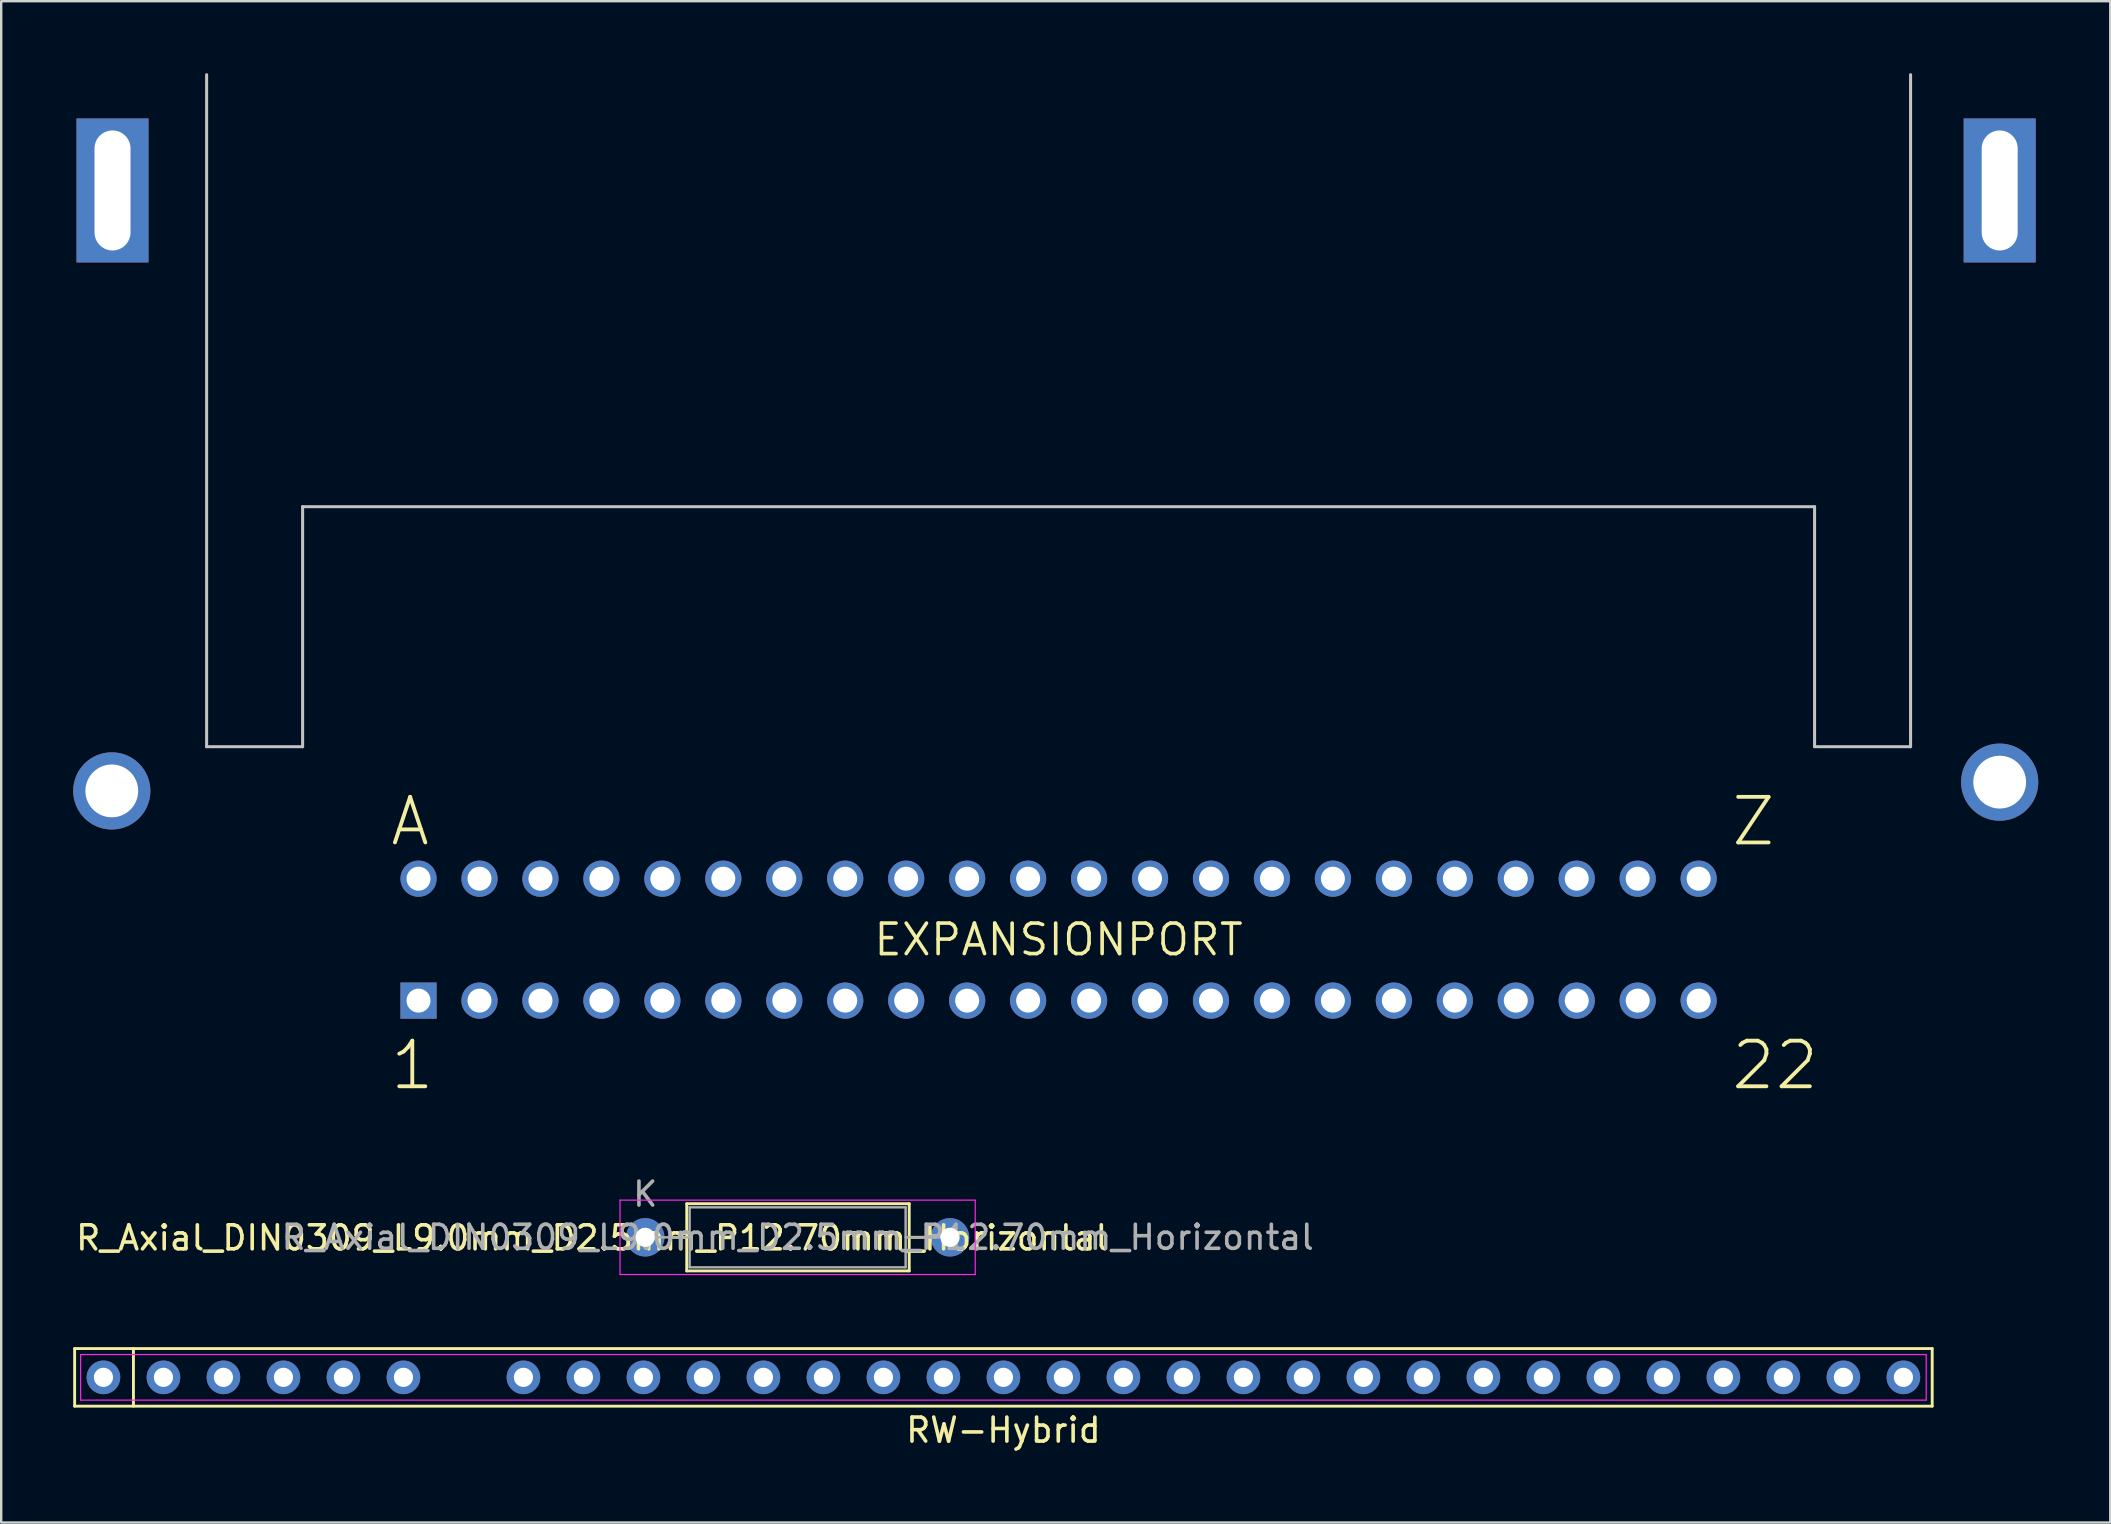
<source format=kicad_pcb>
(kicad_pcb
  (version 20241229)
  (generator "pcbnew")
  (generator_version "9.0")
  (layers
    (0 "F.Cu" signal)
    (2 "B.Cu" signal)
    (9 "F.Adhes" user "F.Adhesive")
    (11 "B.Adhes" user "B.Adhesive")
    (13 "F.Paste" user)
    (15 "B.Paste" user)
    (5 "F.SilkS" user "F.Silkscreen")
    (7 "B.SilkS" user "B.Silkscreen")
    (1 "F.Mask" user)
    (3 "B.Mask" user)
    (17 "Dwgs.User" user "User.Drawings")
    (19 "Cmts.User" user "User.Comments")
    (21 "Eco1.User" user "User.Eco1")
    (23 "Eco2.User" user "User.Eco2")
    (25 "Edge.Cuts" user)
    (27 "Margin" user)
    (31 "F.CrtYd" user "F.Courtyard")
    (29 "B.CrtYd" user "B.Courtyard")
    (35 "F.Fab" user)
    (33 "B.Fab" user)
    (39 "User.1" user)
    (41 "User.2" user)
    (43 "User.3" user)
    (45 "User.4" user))
  (footprint "R_Axial_DIN0309_L9.0mm_D2.5mm_P12.70mm_Horizontal"
    (layer "F.Cu")
    (at 23.835 48.506)
    (property "Reference" "R_Axial_DIN0309_L9.0mm_D2.5mm_P12.70mm_Horizontal" (at -2.21 0.025 180) (layer "F.SilkS") (effects (font (size 1 1) (thickness 0.15))))
    (attr through_hole)
    (fp_line (start 1.04 0) (end 1.73 0) (stroke (width 0.12) (type solid)) (layer "F.SilkS"))
    (fp_line (start 1.73 -1.4) (end 1.73 1.4) (stroke (width 0.12) (type solid)) (layer "F.SilkS"))
    (fp_line (start 1.73 1.4) (end 11 1.4) (stroke (width 0.12) (type solid)) (layer "F.SilkS"))
    (fp_line (start 11 -1.4) (end 1.73 -1.4) (stroke (width 0.12) (type solid)) (layer "F.SilkS"))
    (fp_line (start 11 1.4) (end 11 -1.4) (stroke (width 0.12) (type solid)) (layer "F.SilkS"))
    (fp_line (start 11.66 0) (end 10.97 0) (stroke (width 0.12) (type solid)) (layer "F.SilkS"))
    (fp_line (start -1.05 -1.55) (end -1.05 1.55) (stroke (width 0.05) (type solid)) (layer "F.CrtYd"))
    (fp_line (start -1.05 1.55) (end 13.75 1.55) (stroke (width 0.05) (type solid)) (layer "F.CrtYd"))
    (fp_line (start 13.75 -1.55) (end -1.05 -1.55) (stroke (width 0.05) (type solid)) (layer "F.CrtYd"))
    (fp_line (start 13.75 1.55) (end 13.75 -1.55) (stroke (width 0.05) (type solid)) (layer "F.CrtYd"))
    (fp_line (start 0 0) (end 1.85 0) (stroke (width 0.1) (type solid)) (layer "F.Fab"))
    (fp_line (start 1.85 -1.25) (end 1.85 1.25) (stroke (width 0.1) (type solid)) (layer "F.Fab"))
    (fp_line (start 1.85 1.25) (end 10.85 1.25) (stroke (width 0.1) (type solid)) (layer "F.Fab"))
    (fp_line (start 10.85 -1.25) (end 1.85 -1.25) (stroke (width 0.1) (type solid)) (layer "F.Fab"))
    (fp_line (start 10.85 1.25) (end 10.85 -1.25) (stroke (width 0.1) (type solid)) (layer "F.Fab"))
    (fp_line (start 12.7 0) (end 10.85 0) (stroke (width 0.1) (type solid)) (layer "F.Fab"))
    (fp_text user "${REFERENCE}" (at 6.35 0 180) (layer "F.Fab") (effects (font (size 1 1) (thickness 0.15))))
    (fp_text user "K" (at 0 -1.8 180) (layer "F.Fab") (effects (font (size 1 1) (thickness 0.15))))
    (pad "1" thru_hole circle (at 0 0) (size 1.6 1.6) (drill 0.8) (layers "*.Cu" "*.Mask"))
    (pad "2" thru_hole oval (at 12.7 0) (size 1.6 1.6) (drill 0.8) (layers "*.Cu" "*.Mask")))
  (footprint "EXPANSIONPORT"
    (layer "F.Cu")
    (at 41.059 36.103)
    (property "Reference" "EXPANSIONPORT" (at 0 0 0) (layer "F.SilkS") (effects (font (size 1.27 1.27) (thickness 0.15))))
    (attr through_hole)
    (fp_line (start -35.5 -36.04) (end -35.5 -8.04) (stroke (width 0.127) (type solid)) (layer "Dwgs.User"))
    (fp_line (start -35.5 -8.04) (end -31.5 -8.04) (stroke (width 0.127) (type solid)) (layer "Dwgs.User"))
    (fp_line (start -31.5 -8.04) (end -31.5 -18.04) (stroke (width 0.127) (type solid)) (layer "Dwgs.User"))
    (fp_line (start 31.5 -18.04) (end -31.5 -18.04) (stroke (width 0.127) (type solid)) (layer "Dwgs.User"))
    (fp_line (start 31.5 -8.04) (end 31.5 -18.04) (stroke (width 0.127) (type solid)) (layer "Dwgs.User"))
    (fp_line (start 31.5 -8.04) (end 35.5 -8.04) (stroke (width 0.127) (type solid)) (layer "Dwgs.User"))
    (fp_line (start 35.5 -36.04) (end 35.5 -8.04) (stroke (width 0.127) (type solid)) (layer "Dwgs.User"))
    (fp_text user "22" (at 27.94 6.35 0) (layer "F.SilkS") (effects (font (size 1.9 1.9) (thickness 0.16)) (justify left bottom)))
    (fp_text user "1" (at -27.94 6.35 0) (layer "F.SilkS") (effects (font (size 1.9 1.9) (thickness 0.16)) (justify left bottom)))
    (fp_text user "A" (at -27.94 -3.81 0) (layer "F.SilkS") (effects (font (size 1.9 1.9) (thickness 0.16)) (justify left bottom)))
    (fp_text user "Z" (at 27.94 -3.81 0) (layer "F.SilkS") (effects (font (size 1.9 1.9) (thickness 0.16)) (justify left bottom)))
    (pad "1" thru_hole rect (at -26.67 2.54) (size 1.508 1.508) (drill 1) (layers "*.Cu" "*.Mask"))
    (pad "2" thru_hole circle (at -24.13 2.54) (size 1.508 1.508) (drill 1) (layers "*.Cu" "*.Mask"))
    (pad "3" thru_hole circle (at -21.59 2.54) (size 1.508 1.508) (drill 1) (layers "*.Cu" "*.Mask"))
    (pad "4" thru_hole circle (at -19.05 2.54) (size 1.508 1.508) (drill 1) (layers "*.Cu" "*.Mask"))
    (pad "5" thru_hole circle (at -16.51 2.54) (size 1.508 1.508) (drill 1) (layers "*.Cu" "*.Mask"))
    (pad "6" thru_hole circle (at -13.97 2.54) (size 1.508 1.508) (drill 1) (layers "*.Cu" "*.Mask"))
    (pad "7" thru_hole circle (at -11.43 2.54) (size 1.508 1.508) (drill 1) (layers "*.Cu" "*.Mask"))
    (pad "8" thru_hole circle (at -8.89 2.54) (size 1.508 1.508) (drill 1) (layers "*.Cu" "*.Mask"))
    (pad "9" thru_hole circle (at -6.35 2.54) (size 1.508 1.508) (drill 1) (layers "*.Cu" "*.Mask"))
    (pad "10" thru_hole circle (at -3.81 2.54) (size 1.508 1.508) (drill 1) (layers "*.Cu" "*.Mask"))
    (pad "11" thru_hole circle (at -1.27 2.54) (size 1.508 1.508) (drill 1) (layers "*.Cu" "*.Mask"))
    (pad "12" thru_hole circle (at 1.27 2.54) (size 1.508 1.508) (drill 1) (layers "*.Cu" "*.Mask"))
    (pad "13" thru_hole circle (at 3.81 2.54) (size 1.508 1.508) (drill 1) (layers "*.Cu" "*.Mask"))
    (pad "14" thru_hole circle (at 6.35 2.54) (size 1.508 1.508) (drill 1) (layers "*.Cu" "*.Mask"))
    (pad "15" thru_hole circle (at 8.89 2.54) (size 1.508 1.508) (drill 1) (layers "*.Cu" "*.Mask"))
    (pad "16" thru_hole circle (at 11.43 2.54) (size 1.508 1.508) (drill 1) (layers "*.Cu" "*.Mask"))
    (pad "17" thru_hole circle (at 13.97 2.54) (size 1.508 1.508) (drill 1) (layers "*.Cu" "*.Mask"))
    (pad "18" thru_hole circle (at 16.51 2.54) (size 1.508 1.508) (drill 1) (layers "*.Cu" "*.Mask"))
    (pad "19" thru_hole circle (at 19.05 2.54) (size 1.508 1.508) (drill 1) (layers "*.Cu" "*.Mask"))
    (pad "20" thru_hole circle (at 21.59 2.54) (size 1.508 1.508) (drill 1) (layers "*.Cu" "*.Mask"))
    (pad "21" thru_hole circle (at 24.13 2.54) (size 1.508 1.508) (drill 1) (layers "*.Cu" "*.Mask"))
    (pad "22" thru_hole circle (at 26.67 2.54) (size 1.508 1.508) (drill 1) (layers "*.Cu" "*.Mask"))
    (pad "A" thru_hole circle (at -26.67 -2.54) (size 1.508 1.508) (drill 1) (layers "*.Cu" "*.Mask"))
    (pad "B" thru_hole circle (at -24.13 -2.54) (size 1.508 1.508) (drill 1) (layers "*.Cu" "*.Mask"))
    (pad "C" thru_hole circle (at -21.59 -2.54) (size 1.508 1.508) (drill 1) (layers "*.Cu" "*.Mask"))
    (pad "D" thru_hole circle (at -19.05 -2.54) (size 1.508 1.508) (drill 1) (layers "*.Cu" "*.Mask"))
    (pad "E" thru_hole circle (at -16.51 -2.54) (size 1.508 1.508) (drill 1) (layers "*.Cu" "*.Mask"))
    (pad "F" thru_hole circle (at -13.97 -2.54) (size 1.508 1.508) (drill 1) (layers "*.Cu" "*.Mask"))
    (pad "H" thru_hole circle (at -11.43 -2.54) (size 1.508 1.508) (drill 1) (layers "*.Cu" "*.Mask"))
    (pad "J" thru_hole circle (at -8.89 -2.54) (size 1.508 1.508) (drill 1) (layers "*.Cu" "*.Mask"))
    (pad "K" thru_hole circle (at -6.35 -2.54) (size 1.508 1.508) (drill 1) (layers "*.Cu" "*.Mask"))
    (pad "L" thru_hole circle (at -3.81 -2.54) (size 1.508 1.508) (drill 1) (layers "*.Cu" "*.Mask"))
    (pad "M" thru_hole circle (at -1.27 -2.54) (size 1.508 1.508) (drill 1) (layers "*.Cu" "*.Mask"))
    (pad "N" thru_hole circle (at 1.27 -2.54) (size 1.508 1.508) (drill 1) (layers "*.Cu" "*.Mask"))
    (pad "P" thru_hole circle (at 3.81 -2.54) (size 1.508 1.508) (drill 1) (layers "*.Cu" "*.Mask"))
    (pad "R" thru_hole circle (at 6.35 -2.54) (size 1.508 1.508) (drill 1) (layers "*.Cu" "*.Mask"))
    (pad "S" thru_hole circle (at 8.89 -2.54) (size 1.508 1.508) (drill 1) (layers "*.Cu" "*.Mask"))
    (pad "SH" thru_hole circle (at -39.451 -6.198) (size 3.216 3.216) (drill 2.2) (layers "*.Cu" "*.Mask"))
    (pad "SH" thru_hole rect (at -39.421 -31.217) (size 3 6) (drill oval 1.5 5) (layers "*.Cu" "*.Mask"))
    (pad "SH" thru_hole rect (at 39.213 -31.217) (size 3 6) (drill oval 1.5 5) (layers "*.Cu" "*.Mask"))
    (pad "SH" thru_hole circle (at 39.213 -6.563) (size 3.216 3.216) (drill 2.2) (layers "*.Cu" "*.Mask"))
    (pad "T" thru_hole circle (at 11.43 -2.54) (size 1.508 1.508) (drill 1) (layers "*.Cu" "*.Mask"))
    (pad "U" thru_hole circle (at 13.97 -2.54) (size 1.508 1.508) (drill 1) (layers "*.Cu" "*.Mask"))
    (pad "V" thru_hole circle (at 16.51 -2.54) (size 1.508 1.508) (drill 1) (layers "*.Cu" "*.Mask"))
    (pad "W" thru_hole circle (at 19.05 -2.54) (size 1.508 1.508) (drill 1) (layers "*.Cu" "*.Mask"))
    (pad "X" thru_hole circle (at 21.59 -2.54) (size 1.508 1.508) (drill 1) (layers "*.Cu" "*.Mask"))
    (pad "Y" thru_hole circle (at 24.13 -2.54) (size 1.508 1.508) (drill 1) (layers "*.Cu" "*.Mask"))
    (pad "Z" thru_hole circle (at 26.67 -2.54) (size 1.508 1.508) (drill 1) (layers "*.Cu" "*.Mask")))
  (footprint "RW-Hybrid"
    (layer "F.Cu")
    (at 38.76 54.341)
    (property "Reference" "RW-Hybrid" (at 0 2.2 0) (layer "F.SilkS") (effects (font (size 1 1) (thickness 0.15))))
    (attr through_hole)
    (fp_line (start -38.7 -1.2) (end 38.7 -1.2) (stroke (width 0.12) (type default)) (layer "F.SilkS"))
    (fp_line (start -38.7 1.2) (end -38.7 -1.2) (stroke (width 0.12) (type default)) (layer "F.SilkS"))
    (fp_line (start -36.25 -1.2) (end -36.25 1.2) (stroke (width 0.12) (type default)) (layer "F.SilkS"))
    (fp_line (start 38.7 -1.2) (end 38.7 1.2) (stroke (width 0.12) (type default)) (layer "F.SilkS"))
    (fp_line (start 38.7 1.2) (end -38.7 1.2) (stroke (width 0.12) (type default)) (layer "F.SilkS"))
    (fp_line (start -38.45 -0.95) (end 38.45 -0.95) (stroke (width 0.05) (type default)) (layer "F.CrtYd"))
    (fp_line (start -38.45 0.95) (end -38.45 -0.95) (stroke (width 0.05) (type default)) (layer "F.CrtYd"))
    (fp_line (start 38.45 -0.95) (end 38.45 0.95) (stroke (width 0.05) (type default)) (layer "F.CrtYd"))
    (fp_line (start 38.45 0.95) (end -38.45 0.95) (stroke (width 0.05) (type default)) (layer "F.CrtYd"))
    (pad "1" thru_hole circle (at -37.5 0) (size 1.4 1.4) (drill 0.8) (layers "*.Cu" "*.Mask"))
    (pad "2" thru_hole circle (at -35 0) (size 1.4 1.4) (drill 0.8) (layers "*.Cu" "*.Mask"))
    (pad "3" thru_hole circle (at -32.5 0) (size 1.4 1.4) (drill 0.8) (layers "*.Cu" "*.Mask"))
    (pad "4" thru_hole circle (at -30 0) (size 1.4 1.4) (drill 0.8) (layers "*.Cu" "*.Mask"))
    (pad "5" thru_hole circle (at -27.5 0) (size 1.4 1.4) (drill 0.8) (layers "*.Cu" "*.Mask"))
    (pad "6" thru_hole circle (at -25 0) (size 1.4 1.4) (drill 0.8) (layers "*.Cu" "*.Mask"))
    (pad "7" thru_hole circle (at -20 0) (size 1.4 1.4) (drill 0.8) (layers "*.Cu" "*.Mask"))
    (pad "8" thru_hole circle (at -17.5 0) (size 1.4 1.4) (drill 0.8) (layers "*.Cu" "*.Mask"))
    (pad "9" thru_hole circle (at -15 0) (size 1.4 1.4) (drill 0.8) (layers "*.Cu" "*.Mask"))
    (pad "10" thru_hole circle (at -12.5 0) (size 1.4 1.4) (drill 0.8) (layers "*.Cu" "*.Mask"))
    (pad "11" thru_hole circle (at -10 0) (size 1.4 1.4) (drill 0.8) (layers "*.Cu" "*.Mask"))
    (pad "12" thru_hole circle (at -7.5 0) (size 1.4 1.4) (drill 0.8) (layers "*.Cu" "*.Mask"))
    (pad "13" thru_hole circle (at -5 0) (size 1.4 1.4) (drill 0.8) (layers "*.Cu" "*.Mask"))
    (pad "14" thru_hole circle (at -2.5 0) (size 1.4 1.4) (drill 0.8) (layers "*.Cu" "*.Mask"))
    (pad "15" thru_hole circle (at 0 0) (size 1.4 1.4) (drill 0.8) (layers "*.Cu" "*.Mask"))
    (pad "16" thru_hole circle (at 2.5 0) (size 1.4 1.4) (drill 0.8) (layers "*.Cu" "*.Mask"))
    (pad "17" thru_hole circle (at 5 0) (size 1.4 1.4) (drill 0.8) (layers "*.Cu" "*.Mask"))
    (pad "18" thru_hole circle (at 7.5 0) (size 1.4 1.4) (drill 0.8) (layers "*.Cu" "*.Mask"))
    (pad "19" thru_hole circle (at 10 0) (size 1.4 1.4) (drill 0.8) (layers "*.Cu" "*.Mask"))
    (pad "20" thru_hole circle (at 12.5 0) (size 1.4 1.4) (drill 0.8) (layers "*.Cu" "*.Mask"))
    (pad "21" thru_hole circle (at 15 0) (size 1.4 1.4) (drill 0.8) (layers "*.Cu" "*.Mask"))
    (pad "22" thru_hole circle (at 17.5 0) (size 1.4 1.4) (drill 0.8) (layers "*.Cu" "*.Mask"))
    (pad "23" thru_hole circle (at 20 0) (size 1.4 1.4) (drill 0.8) (layers "*.Cu" "*.Mask"))
    (pad "24" thru_hole circle (at 22.5 0) (size 1.4 1.4) (drill 0.8) (layers "*.Cu" "*.Mask"))
    (pad "25" thru_hole circle (at 25 0) (size 1.4 1.4) (drill 0.8) (layers "*.Cu" "*.Mask"))
    (pad "26" thru_hole circle (at 27.5 0) (size 1.4 1.4) (drill 0.8) (layers "*.Cu" "*.Mask"))
    (pad "27" thru_hole circle (at 30 0) (size 1.4 1.4) (drill 0.8) (layers "*.Cu" "*.Mask"))
    (pad "28" thru_hole circle (at 32.5 0) (size 1.4 1.4) (drill 0.8) (layers "*.Cu" "*.Mask"))
    (pad "29" thru_hole circle (at 35 0) (size 1.4 1.4) (drill 0.8) (layers "*.Cu" "*.Mask"))
    (pad "30" thru_hole circle (at 37.5 0) (size 1.4 1.4) (drill 0.8) (layers "*.Cu" "*.Mask")))
  (gr_rect
    (start -3 -3)
    (end 84.88 60.39)
    (stroke (width 0.1) (type default))
    (fill no)
    (layer "Edge.Cuts")))
</source>
